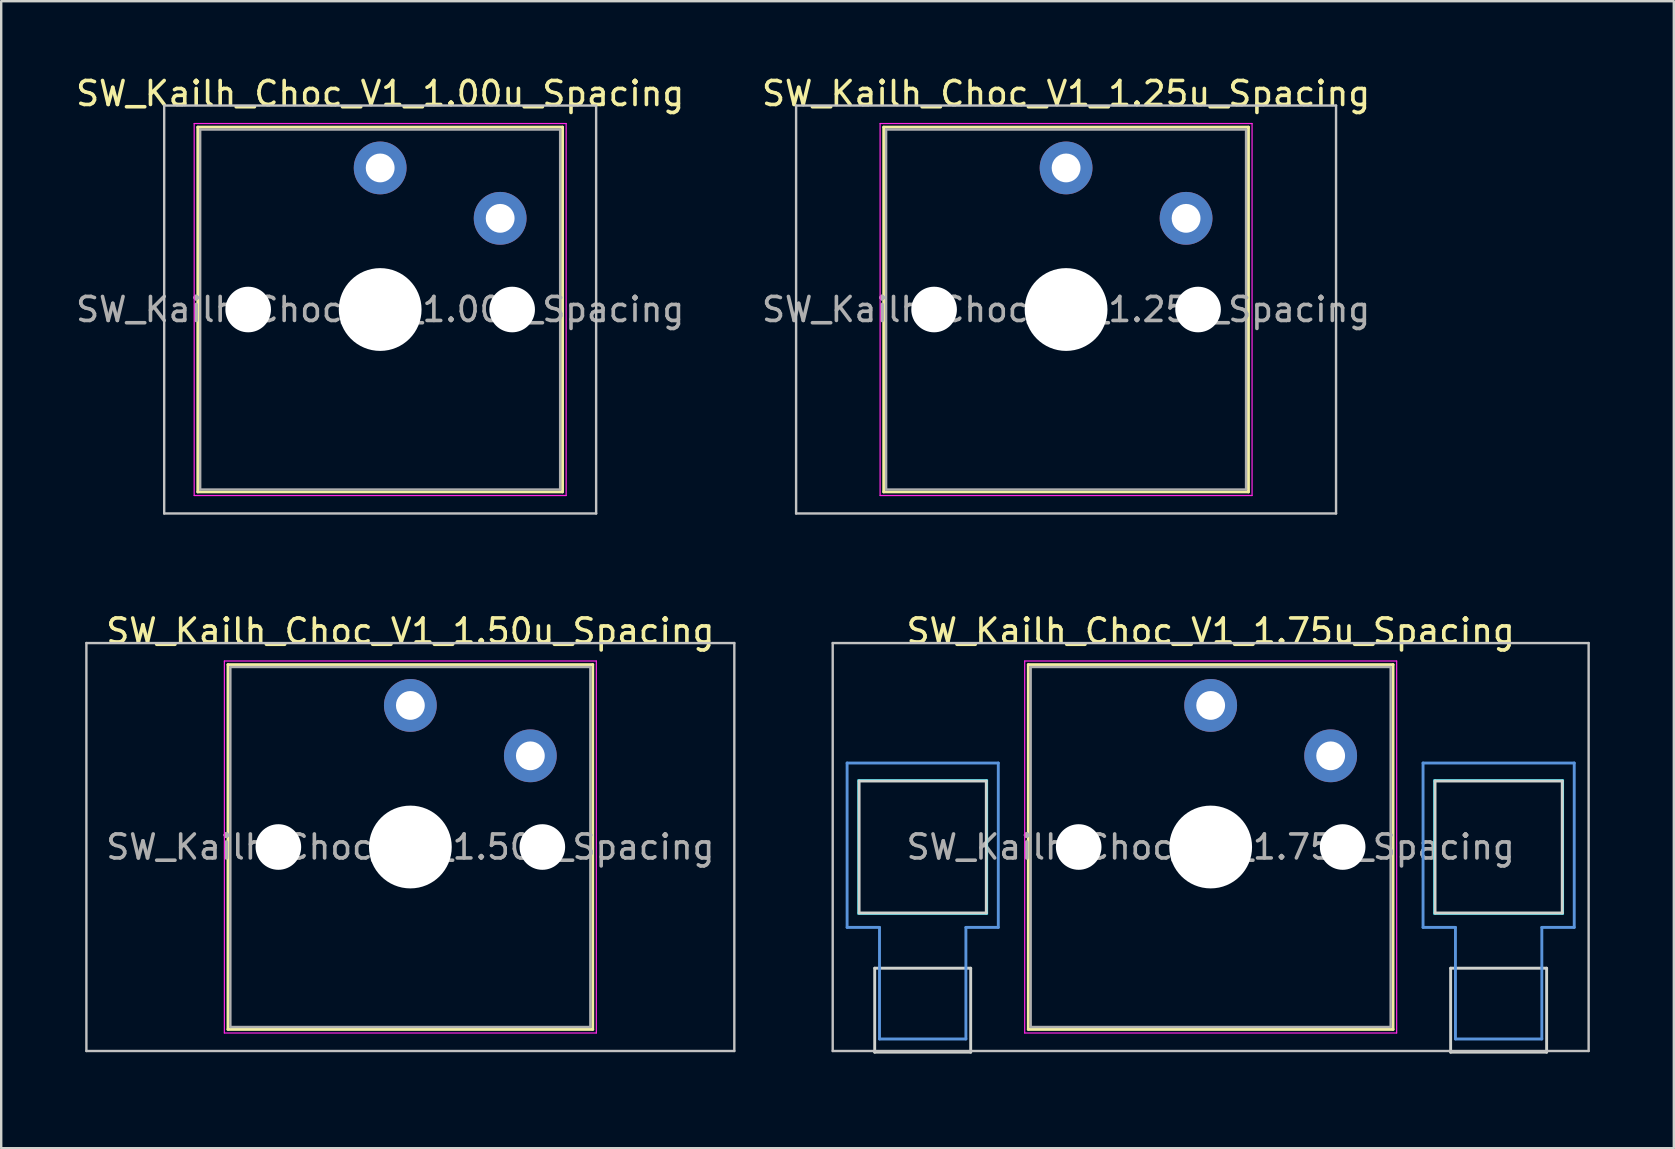
<source format=kicad_pcb>
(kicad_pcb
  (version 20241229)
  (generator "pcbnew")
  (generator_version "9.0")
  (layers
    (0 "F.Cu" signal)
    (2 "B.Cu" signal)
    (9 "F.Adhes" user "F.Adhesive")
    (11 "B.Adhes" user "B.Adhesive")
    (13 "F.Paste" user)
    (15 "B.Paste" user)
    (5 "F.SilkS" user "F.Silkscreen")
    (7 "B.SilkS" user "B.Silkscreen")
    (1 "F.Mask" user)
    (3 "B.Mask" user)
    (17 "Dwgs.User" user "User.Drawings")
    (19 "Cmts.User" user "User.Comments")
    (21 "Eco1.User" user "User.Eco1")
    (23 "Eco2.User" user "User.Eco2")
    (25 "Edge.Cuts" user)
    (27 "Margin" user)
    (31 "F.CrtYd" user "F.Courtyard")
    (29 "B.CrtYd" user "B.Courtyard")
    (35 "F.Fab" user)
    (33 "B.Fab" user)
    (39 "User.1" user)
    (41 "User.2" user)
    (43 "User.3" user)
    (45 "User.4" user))
  (footprint "SW_Kailh_Choc_V1_1.75u_Spacing"
    (layer "F.Cu")
    (at 47.4 32.246)
    (property "Reference" "SW_Kailh_Choc_V1_1.75u_Spacing" (at 0 -9 0) (layer "F.SilkS") (effects (font (size 1 1) (thickness 0.15))))
    (attr through_hole)
    (fp_line (start -7.6 -7.6) (end -7.6 7.6) (stroke (width 0.12) (type solid)) (layer "F.SilkS"))
    (fp_line (start -7.6 7.6) (end 7.6 7.6) (stroke (width 0.12) (type solid)) (layer "F.SilkS"))
    (fp_line (start 7.6 -7.6) (end -7.6 -7.6) (stroke (width 0.12) (type solid)) (layer "F.SilkS"))
    (fp_line (start 7.6 7.6) (end 7.6 -7.6) (stroke (width 0.12) (type solid)) (layer "F.SilkS"))
    (fp_line (start -15.75 -8.5) (end -15.75 8.5) (stroke (width 0.1) (type solid)) (layer "Dwgs.User"))
    (fp_line (start -15.75 8.5) (end 15.75 8.5) (stroke (width 0.1) (type solid)) (layer "Dwgs.User"))
    (fp_line (start 15.75 -8.5) (end -15.75 -8.5) (stroke (width 0.1) (type solid)) (layer "Dwgs.User"))
    (fp_line (start 15.75 8.5) (end 15.75 -8.5) (stroke (width 0.1) (type solid)) (layer "Dwgs.User"))
    (fp_line (start -15.15 -3.5) (end -15.15 3.35) (stroke (width 0.12) (type solid)) (layer "Cmts.User"))
    (fp_line (start -13.8 3.35) (end -15.15 3.35) (stroke (width 0.12) (type solid)) (layer "Cmts.User"))
    (fp_line (start -13.8 8) (end -13.8 3.35) (stroke (width 0.12) (type solid)) (layer "Cmts.User"))
    (fp_line (start -10.2 8) (end -13.8 8) (stroke (width 0.12) (type solid)) (layer "Cmts.User"))
    (fp_line (start -10.2 8) (end -10.2 3.35) (stroke (width 0.12) (type solid)) (layer "Cmts.User"))
    (fp_line (start -8.85 -3.5) (end -15.15 -3.5) (stroke (width 0.12) (type solid)) (layer "Cmts.User"))
    (fp_line (start -8.85 -3.5) (end -8.85 3.35) (stroke (width 0.12) (type solid)) (layer "Cmts.User"))
    (fp_line (start -8.85 3.35) (end -10.2 3.35) (stroke (width 0.12) (type solid)) (layer "Cmts.User"))
    (fp_line (start 8.85 -3.5) (end 8.85 3.35) (stroke (width 0.12) (type solid)) (layer "Cmts.User"))
    (fp_line (start 10.2 3.35) (end 8.85 3.35) (stroke (width 0.12) (type solid)) (layer "Cmts.User"))
    (fp_line (start 10.2 8) (end 10.2 3.35) (stroke (width 0.12) (type solid)) (layer "Cmts.User"))
    (fp_line (start 13.8 8) (end 10.2 8) (stroke (width 0.12) (type solid)) (layer "Cmts.User"))
    (fp_line (start 13.8 8) (end 13.8 3.35) (stroke (width 0.12) (type solid)) (layer "Cmts.User"))
    (fp_line (start 15.15 -3.5) (end 8.85 -3.5) (stroke (width 0.12) (type solid)) (layer "Cmts.User"))
    (fp_line (start 15.15 -3.5) (end 15.15 3.35) (stroke (width 0.12) (type solid)) (layer "Cmts.User"))
    (fp_line (start 15.15 3.35) (end 13.8 3.35) (stroke (width 0.12) (type solid)) (layer "Cmts.User"))
    (fp_line (start -7.25 -7.25) (end -7.25 7.25) (stroke (width 0.1) (type solid)) (layer "Eco1.User"))
    (fp_line (start -7.25 7.25) (end 7.25 7.25) (stroke (width 0.1) (type solid)) (layer "Eco1.User"))
    (fp_line (start 7.25 -7.25) (end -7.25 -7.25) (stroke (width 0.1) (type solid)) (layer "Eco1.User"))
    (fp_line (start 7.25 7.25) (end 7.25 -7.25) (stroke (width 0.1) (type solid)) (layer "Eco1.User"))
    (fp_line (start -14.65 -2.75) (end -14.65 2.75) (stroke (width 0.12) (type solid)) (layer "Edge.Cuts"))
    (fp_line (start -14 5.05) (end -14 8.55) (stroke (width 0.12) (type solid)) (layer "Edge.Cuts"))
    (fp_line (start -10 5.05) (end -14 5.05) (stroke (width 0.12) (type solid)) (layer "Edge.Cuts"))
    (fp_line (start -10 8.55) (end -14 8.55) (stroke (width 0.12) (type solid)) (layer "Edge.Cuts"))
    (fp_line (start -10 8.55) (end -10 5.05) (stroke (width 0.12) (type solid)) (layer "Edge.Cuts"))
    (fp_line (start -9.35 -2.75) (end -14.65 -2.75) (stroke (width 0.12) (type solid)) (layer "Edge.Cuts"))
    (fp_line (start -9.35 2.75) (end -14.65 2.75) (stroke (width 0.12) (type solid)) (layer "Edge.Cuts"))
    (fp_line (start -9.35 2.75) (end -9.35 -2.75) (stroke (width 0.12) (type solid)) (layer "Edge.Cuts"))
    (fp_line (start 9.35 -2.75) (end 9.35 2.75) (stroke (width 0.12) (type solid)) (layer "Edge.Cuts"))
    (fp_line (start 10 5.05) (end 10 8.55) (stroke (width 0.12) (type solid)) (layer "Edge.Cuts"))
    (fp_line (start 14 5.05) (end 10 5.05) (stroke (width 0.12) (type solid)) (layer "Edge.Cuts"))
    (fp_line (start 14 8.55) (end 10 8.55) (stroke (width 0.12) (type solid)) (layer "Edge.Cuts"))
    (fp_line (start 14 8.55) (end 14 5.05) (stroke (width 0.12) (type solid)) (layer "Edge.Cuts"))
    (fp_line (start 14.65 -2.75) (end 9.35 -2.75) (stroke (width 0.12) (type solid)) (layer "Edge.Cuts"))
    (fp_line (start 14.65 2.75) (end 9.35 2.75) (stroke (width 0.12) (type solid)) (layer "Edge.Cuts"))
    (fp_line (start 14.65 2.75) (end 14.65 -2.75) (stroke (width 0.12) (type solid)) (layer "Edge.Cuts"))
    (fp_rect (start -14.7 -2.8) (end -9.3 2.8) (stroke (width 0.05) (type default)) (fill no) (layer "B.CrtYd"))
    (fp_rect (start 9.3 -2.8) (end 14.7 2.8) (stroke (width 0.05) (type default)) (fill no) (layer "B.CrtYd"))
    (fp_line (start -7.75 -7.75) (end -7.75 7.75) (stroke (width 0.05) (type solid)) (layer "F.CrtYd"))
    (fp_line (start -7.75 7.75) (end 7.75 7.75) (stroke (width 0.05) (type solid)) (layer "F.CrtYd"))
    (fp_line (start 7.75 -7.75) (end -7.75 -7.75) (stroke (width 0.05) (type solid)) (layer "F.CrtYd"))
    (fp_line (start 7.75 7.75) (end 7.75 -7.75) (stroke (width 0.05) (type solid)) (layer "F.CrtYd"))
    (fp_line (start -7.5 -7.5) (end -7.5 7.5) (stroke (width 0.1) (type solid)) (layer "F.Fab"))
    (fp_line (start -7.5 7.5) (end 7.5 7.5) (stroke (width 0.1) (type solid)) (layer "F.Fab"))
    (fp_line (start 7.5 -7.5) (end -7.5 -7.5) (stroke (width 0.1) (type solid)) (layer "F.Fab"))
    (fp_line (start 7.5 7.5) (end 7.5 -7.5) (stroke (width 0.1) (type solid)) (layer "F.Fab"))
    (fp_rect (start -16.25 -9.5) (end 16.25 9.5) (stroke (width 0.1) (type default)) (fill no) (layer "User.1"))
    (fp_text user "${REFERENCE}" (at 0 0 0) (layer "F.Fab") (effects (font (size 1 1) (thickness 0.15))))
    (pad "" np_thru_hole circle (at -5.5 0) (size 1.9 1.9) (drill 1.9) (layers "*.Cu" "*.Mask"))
    (pad "" np_thru_hole circle (at 0 0) (size 3.45 3.45) (drill 3.45) (layers "*.Cu" "*.Mask"))
    (pad "" np_thru_hole circle (at 5.5 0) (size 1.9 1.9) (drill 1.9) (layers "*.Cu" "*.Mask"))
    (pad "1" thru_hole circle (at 0 -5.9) (size 2.2 2.2) (drill 1.2) (layers "*.Cu" "*.Mask"))
    (pad "2" thru_hole circle (at 5 -3.8) (size 2.2 2.2) (drill 1.2) (layers "*.Cu" "*.Mask")))
  (footprint "SW_Kailh_Choc_V1_1.25u_Spacing"
    (layer "F.Cu")
    (at 41.375 9.848)
    (property "Reference" "SW_Kailh_Choc_V1_1.25u_Spacing" (at 0 -9 0) (layer "F.SilkS") (effects (font (size 1 1) (thickness 0.15))))
    (attr through_hole)
    (fp_line (start -7.6 -7.6) (end -7.6 7.6) (stroke (width 0.12) (type solid)) (layer "F.SilkS"))
    (fp_line (start -7.6 7.6) (end 7.6 7.6) (stroke (width 0.12) (type solid)) (layer "F.SilkS"))
    (fp_line (start 7.6 -7.6) (end -7.6 -7.6) (stroke (width 0.12) (type solid)) (layer "F.SilkS"))
    (fp_line (start 7.6 7.6) (end 7.6 -7.6) (stroke (width 0.12) (type solid)) (layer "F.SilkS"))
    (fp_line (start -11.25 -8.5) (end -11.25 8.5) (stroke (width 0.1) (type solid)) (layer "Dwgs.User"))
    (fp_line (start -11.25 8.5) (end 11.25 8.5) (stroke (width 0.1) (type solid)) (layer "Dwgs.User"))
    (fp_line (start 11.25 -8.5) (end -11.25 -8.5) (stroke (width 0.1) (type solid)) (layer "Dwgs.User"))
    (fp_line (start 11.25 8.5) (end 11.25 -8.5) (stroke (width 0.1) (type solid)) (layer "Dwgs.User"))
    (fp_line (start -7.25 -7.25) (end -7.25 7.25) (stroke (width 0.1) (type solid)) (layer "Eco1.User"))
    (fp_line (start -7.25 7.25) (end 7.25 7.25) (stroke (width 0.1) (type solid)) (layer "Eco1.User"))
    (fp_line (start 7.25 -7.25) (end -7.25 -7.25) (stroke (width 0.1) (type solid)) (layer "Eco1.User"))
    (fp_line (start 7.25 7.25) (end 7.25 -7.25) (stroke (width 0.1) (type solid)) (layer "Eco1.User"))
    (fp_line (start -7.75 -7.75) (end -7.75 7.75) (stroke (width 0.05) (type solid)) (layer "F.CrtYd"))
    (fp_line (start -7.75 7.75) (end 7.75 7.75) (stroke (width 0.05) (type solid)) (layer "F.CrtYd"))
    (fp_line (start 7.75 -7.75) (end -7.75 -7.75) (stroke (width 0.05) (type solid)) (layer "F.CrtYd"))
    (fp_line (start 7.75 7.75) (end 7.75 -7.75) (stroke (width 0.05) (type solid)) (layer "F.CrtYd"))
    (fp_line (start -7.5 -7.5) (end -7.5 7.5) (stroke (width 0.1) (type solid)) (layer "F.Fab"))
    (fp_line (start -7.5 7.5) (end 7.5 7.5) (stroke (width 0.1) (type solid)) (layer "F.Fab"))
    (fp_line (start 7.5 -7.5) (end -7.5 -7.5) (stroke (width 0.1) (type solid)) (layer "F.Fab"))
    (fp_line (start 7.5 7.5) (end 7.5 -7.5) (stroke (width 0.1) (type solid)) (layer "F.Fab"))
    (fp_rect (start -11.75 -9.5) (end 11.75 9.5) (stroke (width 0.1) (type default)) (fill no) (layer "User.1"))
    (fp_text user "${REFERENCE}" (at 0 0 0) (layer "F.Fab") (effects (font (size 1 1) (thickness 0.15))))
    (pad "" np_thru_hole circle (at -5.5 0) (size 1.9 1.9) (drill 1.9) (layers "*.Cu" "*.Mask"))
    (pad "" np_thru_hole circle (at 0 0) (size 3.45 3.45) (drill 3.45) (layers "*.Cu" "*.Mask"))
    (pad "" np_thru_hole circle (at 5.5 0) (size 1.9 1.9) (drill 1.9) (layers "*.Cu" "*.Mask"))
    (pad "1" thru_hole circle (at 0 -5.9) (size 2.2 2.2) (drill 1.2) (layers "*.Cu" "*.Mask"))
    (pad "2" thru_hole circle (at 5 -3.8) (size 2.2 2.2) (drill 1.2) (layers "*.Cu" "*.Mask")))
  (footprint "SW_Kailh_Choc_V1_1.00u_Spacing"
    (layer "F.Cu")
    (at 12.792 9.848)
    (property "Reference" "SW_Kailh_Choc_V1_1.00u_Spacing" (at 0 -9 0) (layer "F.SilkS") (effects (font (size 1 1) (thickness 0.15))))
    (attr through_hole)
    (fp_line (start -7.6 -7.6) (end -7.6 7.6) (stroke (width 0.12) (type solid)) (layer "F.SilkS"))
    (fp_line (start -7.6 7.6) (end 7.6 7.6) (stroke (width 0.12) (type solid)) (layer "F.SilkS"))
    (fp_line (start 7.6 -7.6) (end -7.6 -7.6) (stroke (width 0.12) (type solid)) (layer "F.SilkS"))
    (fp_line (start 7.6 7.6) (end 7.6 -7.6) (stroke (width 0.12) (type solid)) (layer "F.SilkS"))
    (fp_line (start -9 -8.5) (end -9 8.5) (stroke (width 0.1) (type solid)) (layer "Dwgs.User"))
    (fp_line (start -9 8.5) (end 9 8.5) (stroke (width 0.1) (type solid)) (layer "Dwgs.User"))
    (fp_line (start 9 -8.5) (end -9 -8.5) (stroke (width 0.1) (type solid)) (layer "Dwgs.User"))
    (fp_line (start 9 8.5) (end 9 -8.5) (stroke (width 0.1) (type solid)) (layer "Dwgs.User"))
    (fp_line (start -7.25 -7.25) (end -7.25 7.25) (stroke (width 0.1) (type solid)) (layer "Eco1.User"))
    (fp_line (start -7.25 7.25) (end 7.25 7.25) (stroke (width 0.1) (type solid)) (layer "Eco1.User"))
    (fp_line (start 7.25 -7.25) (end -7.25 -7.25) (stroke (width 0.1) (type solid)) (layer "Eco1.User"))
    (fp_line (start 7.25 7.25) (end 7.25 -7.25) (stroke (width 0.1) (type solid)) (layer "Eco1.User"))
    (fp_line (start -7.75 -7.75) (end -7.75 7.75) (stroke (width 0.05) (type solid)) (layer "F.CrtYd"))
    (fp_line (start -7.75 7.75) (end 7.75 7.75) (stroke (width 0.05) (type solid)) (layer "F.CrtYd"))
    (fp_line (start 7.75 -7.75) (end -7.75 -7.75) (stroke (width 0.05) (type solid)) (layer "F.CrtYd"))
    (fp_line (start 7.75 7.75) (end 7.75 -7.75) (stroke (width 0.05) (type solid)) (layer "F.CrtYd"))
    (fp_line (start -7.5 -7.5) (end -7.5 7.5) (stroke (width 0.1) (type solid)) (layer "F.Fab"))
    (fp_line (start -7.5 7.5) (end 7.5 7.5) (stroke (width 0.1) (type solid)) (layer "F.Fab"))
    (fp_line (start 7.5 -7.5) (end -7.5 -7.5) (stroke (width 0.1) (type solid)) (layer "F.Fab"))
    (fp_line (start 7.5 7.5) (end 7.5 -7.5) (stroke (width 0.1) (type solid)) (layer "F.Fab"))
    (fp_rect (start -9.5 -9.5) (end 9.5 9.5) (stroke (width 0.1) (type default)) (fill no) (layer "User.1"))
    (fp_text user "${REFERENCE}" (at 0 0 0) (layer "F.Fab") (effects (font (size 1 1) (thickness 0.15))))
    (pad "" np_thru_hole circle (at -5.5 0) (size 1.9 1.9) (drill 1.9) (layers "*.Cu" "*.Mask"))
    (pad "" np_thru_hole circle (at 0 0) (size 3.45 3.45) (drill 3.45) (layers "*.Cu" "*.Mask"))
    (pad "" np_thru_hole circle (at 5.5 0) (size 1.9 1.9) (drill 1.9) (layers "*.Cu" "*.Mask"))
    (pad "1" thru_hole circle (at 0 -5.9) (size 2.2 2.2) (drill 1.2) (layers "*.Cu" "*.Mask"))
    (pad "2" thru_hole circle (at 5 -3.8) (size 2.2 2.2) (drill 1.2) (layers "*.Cu" "*.Mask")))
  (footprint "SW_Kailh_Choc_V1_1.50u_Spacing"
    (layer "F.Cu")
    (at 14.05 32.246)
    (property "Reference" "SW_Kailh_Choc_V1_1.50u_Spacing" (at 0 -9 0) (layer "F.SilkS") (effects (font (size 1 1) (thickness 0.15))))
    (attr through_hole)
    (fp_line (start -7.6 -7.6) (end -7.6 7.6) (stroke (width 0.12) (type solid)) (layer "F.SilkS"))
    (fp_line (start -7.6 7.6) (end 7.6 7.6) (stroke (width 0.12) (type solid)) (layer "F.SilkS"))
    (fp_line (start 7.6 -7.6) (end -7.6 -7.6) (stroke (width 0.12) (type solid)) (layer "F.SilkS"))
    (fp_line (start 7.6 7.6) (end 7.6 -7.6) (stroke (width 0.12) (type solid)) (layer "F.SilkS"))
    (fp_line (start -13.5 -8.5) (end -13.5 8.5) (stroke (width 0.1) (type solid)) (layer "Dwgs.User"))
    (fp_line (start -13.5 8.5) (end 13.5 8.5) (stroke (width 0.1) (type solid)) (layer "Dwgs.User"))
    (fp_line (start 13.5 -8.5) (end -13.5 -8.5) (stroke (width 0.1) (type solid)) (layer "Dwgs.User"))
    (fp_line (start 13.5 8.5) (end 13.5 -8.5) (stroke (width 0.1) (type solid)) (layer "Dwgs.User"))
    (fp_line (start -7.25 -7.25) (end -7.25 7.25) (stroke (width 0.1) (type solid)) (layer "Eco1.User"))
    (fp_line (start -7.25 7.25) (end 7.25 7.25) (stroke (width 0.1) (type solid)) (layer "Eco1.User"))
    (fp_line (start 7.25 -7.25) (end -7.25 -7.25) (stroke (width 0.1) (type solid)) (layer "Eco1.User"))
    (fp_line (start 7.25 7.25) (end 7.25 -7.25) (stroke (width 0.1) (type solid)) (layer "Eco1.User"))
    (fp_line (start -7.75 -7.75) (end -7.75 7.75) (stroke (width 0.05) (type solid)) (layer "F.CrtYd"))
    (fp_line (start -7.75 7.75) (end 7.75 7.75) (stroke (width 0.05) (type solid)) (layer "F.CrtYd"))
    (fp_line (start 7.75 -7.75) (end -7.75 -7.75) (stroke (width 0.05) (type solid)) (layer "F.CrtYd"))
    (fp_line (start 7.75 7.75) (end 7.75 -7.75) (stroke (width 0.05) (type solid)) (layer "F.CrtYd"))
    (fp_line (start -7.5 -7.5) (end -7.5 7.5) (stroke (width 0.1) (type solid)) (layer "F.Fab"))
    (fp_line (start -7.5 7.5) (end 7.5 7.5) (stroke (width 0.1) (type solid)) (layer "F.Fab"))
    (fp_line (start 7.5 -7.5) (end -7.5 -7.5) (stroke (width 0.1) (type solid)) (layer "F.Fab"))
    (fp_line (start 7.5 7.5) (end 7.5 -7.5) (stroke (width 0.1) (type solid)) (layer "F.Fab"))
    (fp_rect (start -14 -9.5) (end 14 9.5) (stroke (width 0.1) (type default)) (fill no) (layer "User.1"))
    (fp_text user "${REFERENCE}" (at 0 0 0) (layer "F.Fab") (effects (font (size 1 1) (thickness 0.15))))
    (pad "" np_thru_hole circle (at -5.5 0) (size 1.9 1.9) (drill 1.9) (layers "*.Cu" "*.Mask"))
    (pad "" np_thru_hole circle (at 0 0) (size 3.45 3.45) (drill 3.45) (layers "*.Cu" "*.Mask"))
    (pad "" np_thru_hole circle (at 5.5 0) (size 1.9 1.9) (drill 1.9) (layers "*.Cu" "*.Mask"))
    (pad "1" thru_hole circle (at 0 -5.9) (size 2.2 2.2) (drill 1.2) (layers "*.Cu" "*.Mask"))
    (pad "2" thru_hole circle (at 5 -3.8) (size 2.2 2.2) (drill 1.2) (layers "*.Cu" "*.Mask")))
  (gr_rect
    (start -3 -3)
    (end 66.7 44.797)
    (stroke (width 0.1) (type default))
    (fill no)
    (layer "Edge.Cuts")))
</source>
